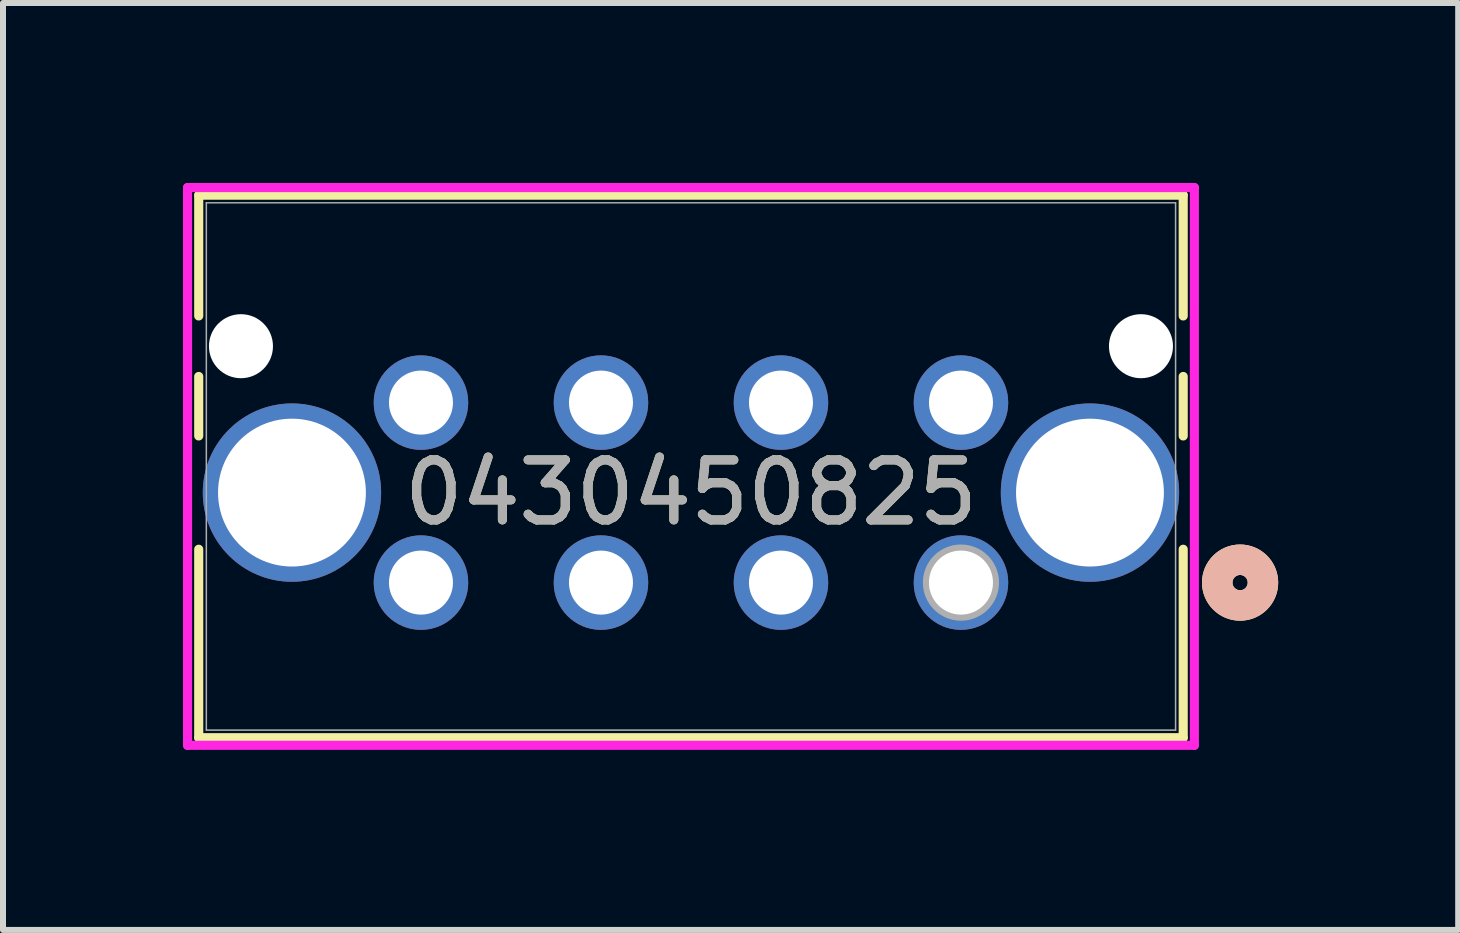
<source format=kicad_pcb>
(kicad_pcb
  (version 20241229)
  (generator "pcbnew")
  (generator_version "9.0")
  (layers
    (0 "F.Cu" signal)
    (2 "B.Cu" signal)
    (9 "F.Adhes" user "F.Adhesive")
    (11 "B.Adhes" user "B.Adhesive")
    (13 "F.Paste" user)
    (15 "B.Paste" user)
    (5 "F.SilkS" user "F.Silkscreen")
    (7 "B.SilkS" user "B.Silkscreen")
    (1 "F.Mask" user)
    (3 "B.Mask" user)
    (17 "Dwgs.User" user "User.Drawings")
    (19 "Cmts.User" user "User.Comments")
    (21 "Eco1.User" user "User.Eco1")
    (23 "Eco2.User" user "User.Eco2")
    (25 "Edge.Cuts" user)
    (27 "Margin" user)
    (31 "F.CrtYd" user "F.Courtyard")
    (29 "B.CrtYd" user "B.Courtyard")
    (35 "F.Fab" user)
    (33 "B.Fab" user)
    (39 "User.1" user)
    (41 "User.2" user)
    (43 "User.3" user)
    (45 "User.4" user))
  (footprint "0430450825"
    (layer "F.Cu")
    (at 12.966 6.66)
    (property "Reference" "0430450825" (at -4.5 -1.5 0) (unlocked yes) (layer "F.SilkS") (effects (font (size 1 1) (thickness 0.15))))
    (attr through_hole)
    (fp_line (start -12.704 -6.457) (end -12.704 -4.444) (stroke (width 0.152) (type solid)) (layer "F.SilkS"))
    (fp_line (start -12.704 -3.436) (end -12.704 -2.444) (stroke (width 0.152) (type solid)) (layer "F.SilkS"))
    (fp_line (start -12.704 -0.556) (end -12.704 2.585) (stroke (width 0.152) (type solid)) (layer "F.SilkS"))
    (fp_line (start -12.704 2.585) (end 3.704 2.585) (stroke (width 0.152) (type solid)) (layer "F.SilkS"))
    (fp_line (start 3.704 -6.457) (end -12.704 -6.457) (stroke (width 0.152) (type solid)) (layer "F.SilkS"))
    (fp_line (start 3.704 -4.444) (end 3.704 -6.457) (stroke (width 0.152) (type solid)) (layer "F.SilkS"))
    (fp_line (start 3.704 -2.444) (end 3.704 -3.436) (stroke (width 0.152) (type solid)) (layer "F.SilkS"))
    (fp_line (start 3.704 2.585) (end 3.704 -0.556) (stroke (width 0.152) (type solid)) (layer "F.SilkS"))
    (fp_circle (center 4.652 0) (end 5.033 0) (stroke (width 0.508) (type solid)) (fill no) (layer "F.SilkS"))
    (fp_circle (center 4.652 0) (end 5.033 0) (stroke (width 0.508) (type solid)) (fill no) (layer "B.SilkS"))
    (fp_line (start -12.89 -6.584) (end -12.89 2.712) (stroke (width 0.152) (type solid)) (layer "F.CrtYd"))
    (fp_line (start -12.89 2.712) (end 3.89 2.712) (stroke (width 0.152) (type solid)) (layer "F.CrtYd"))
    (fp_line (start 3.89 -6.584) (end -12.89 -6.584) (stroke (width 0.152) (type solid)) (layer "F.CrtYd"))
    (fp_line (start 3.89 2.712) (end 3.89 -6.584) (stroke (width 0.152) (type solid)) (layer "F.CrtYd"))
    (fp_line (start -12.577 -6.33) (end -12.577 2.458) (stroke (width 0.025) (type solid)) (layer "F.Fab"))
    (fp_line (start -12.577 2.458) (end 3.577 2.458) (stroke (width 0.025) (type solid)) (layer "F.Fab"))
    (fp_line (start 3.577 -6.33) (end -12.577 -6.33) (stroke (width 0.025) (type solid)) (layer "F.Fab"))
    (fp_line (start 3.577 2.458) (end 3.577 -6.33) (stroke (width 0.025) (type solid)) (layer "F.Fab"))
    (fp_circle (center 0 0) (end 0.381 0) (stroke (width 0.508) (type solid)) (fill no) (layer "F.Fab"))
    (fp_text user "${REFERENCE}" (at -4.5 -1.5 0) (unlocked yes) (layer "F.Fab") (effects (font (size 1 1) (thickness 0.15))))
    (pad "" np_thru_hole circle (at -12 -3.94) (size 1.067 1.067) (drill 1.067) (layers "*.Cu" "*.Mask"))
    (pad "" np_thru_hole circle (at 3 -3.94) (size 1.067 1.067) (drill 1.067) (layers "*.Cu" "*.Mask"))
    (pad "1" thru_hole circle (at 0 0) (size 1.575 1.575) (drill 1.067) (layers "*.Cu" "*.Mask"))
    (pad "2" thru_hole circle (at -3 0) (size 1.575 1.575) (drill 1.067) (layers "*.Cu" "*.Mask"))
    (pad "3" thru_hole circle (at -6 0) (size 1.575 1.575) (drill 1.067) (layers "*.Cu" "*.Mask"))
    (pad "4" thru_hole circle (at -9 0) (size 1.575 1.575) (drill 1.067) (layers "*.Cu" "*.Mask"))
    (pad "5" thru_hole circle (at 0 -3) (size 1.575 1.575) (drill 1.067) (layers "*.Cu" "*.Mask"))
    (pad "6" thru_hole circle (at -3 -3) (size 1.575 1.575) (drill 1.067) (layers "*.Cu" "*.Mask"))
    (pad "7" thru_hole circle (at -6 -3) (size 1.575 1.575) (drill 1.067) (layers "*.Cu" "*.Mask"))
    (pad "8" thru_hole circle (at -9 -3) (size 1.575 1.575) (drill 1.067) (layers "*.Cu" "*.Mask"))
    (pad "9" thru_hole circle (at -11.15 -1.5) (size 2.972 2.972) (drill 2.464) (layers "*.Cu" "*.Mask"))
    (pad "10" thru_hole circle (at 2.15 -1.5) (size 2.972 2.972) (drill 2.464) (layers "*.Cu" "*.Mask")))
  (gr_rect
    (start -3 -3)
    (end 21.253 12.449)
    (stroke (width 0.1) (type default))
    (fill no)
    (layer "Edge.Cuts")))
</source>
